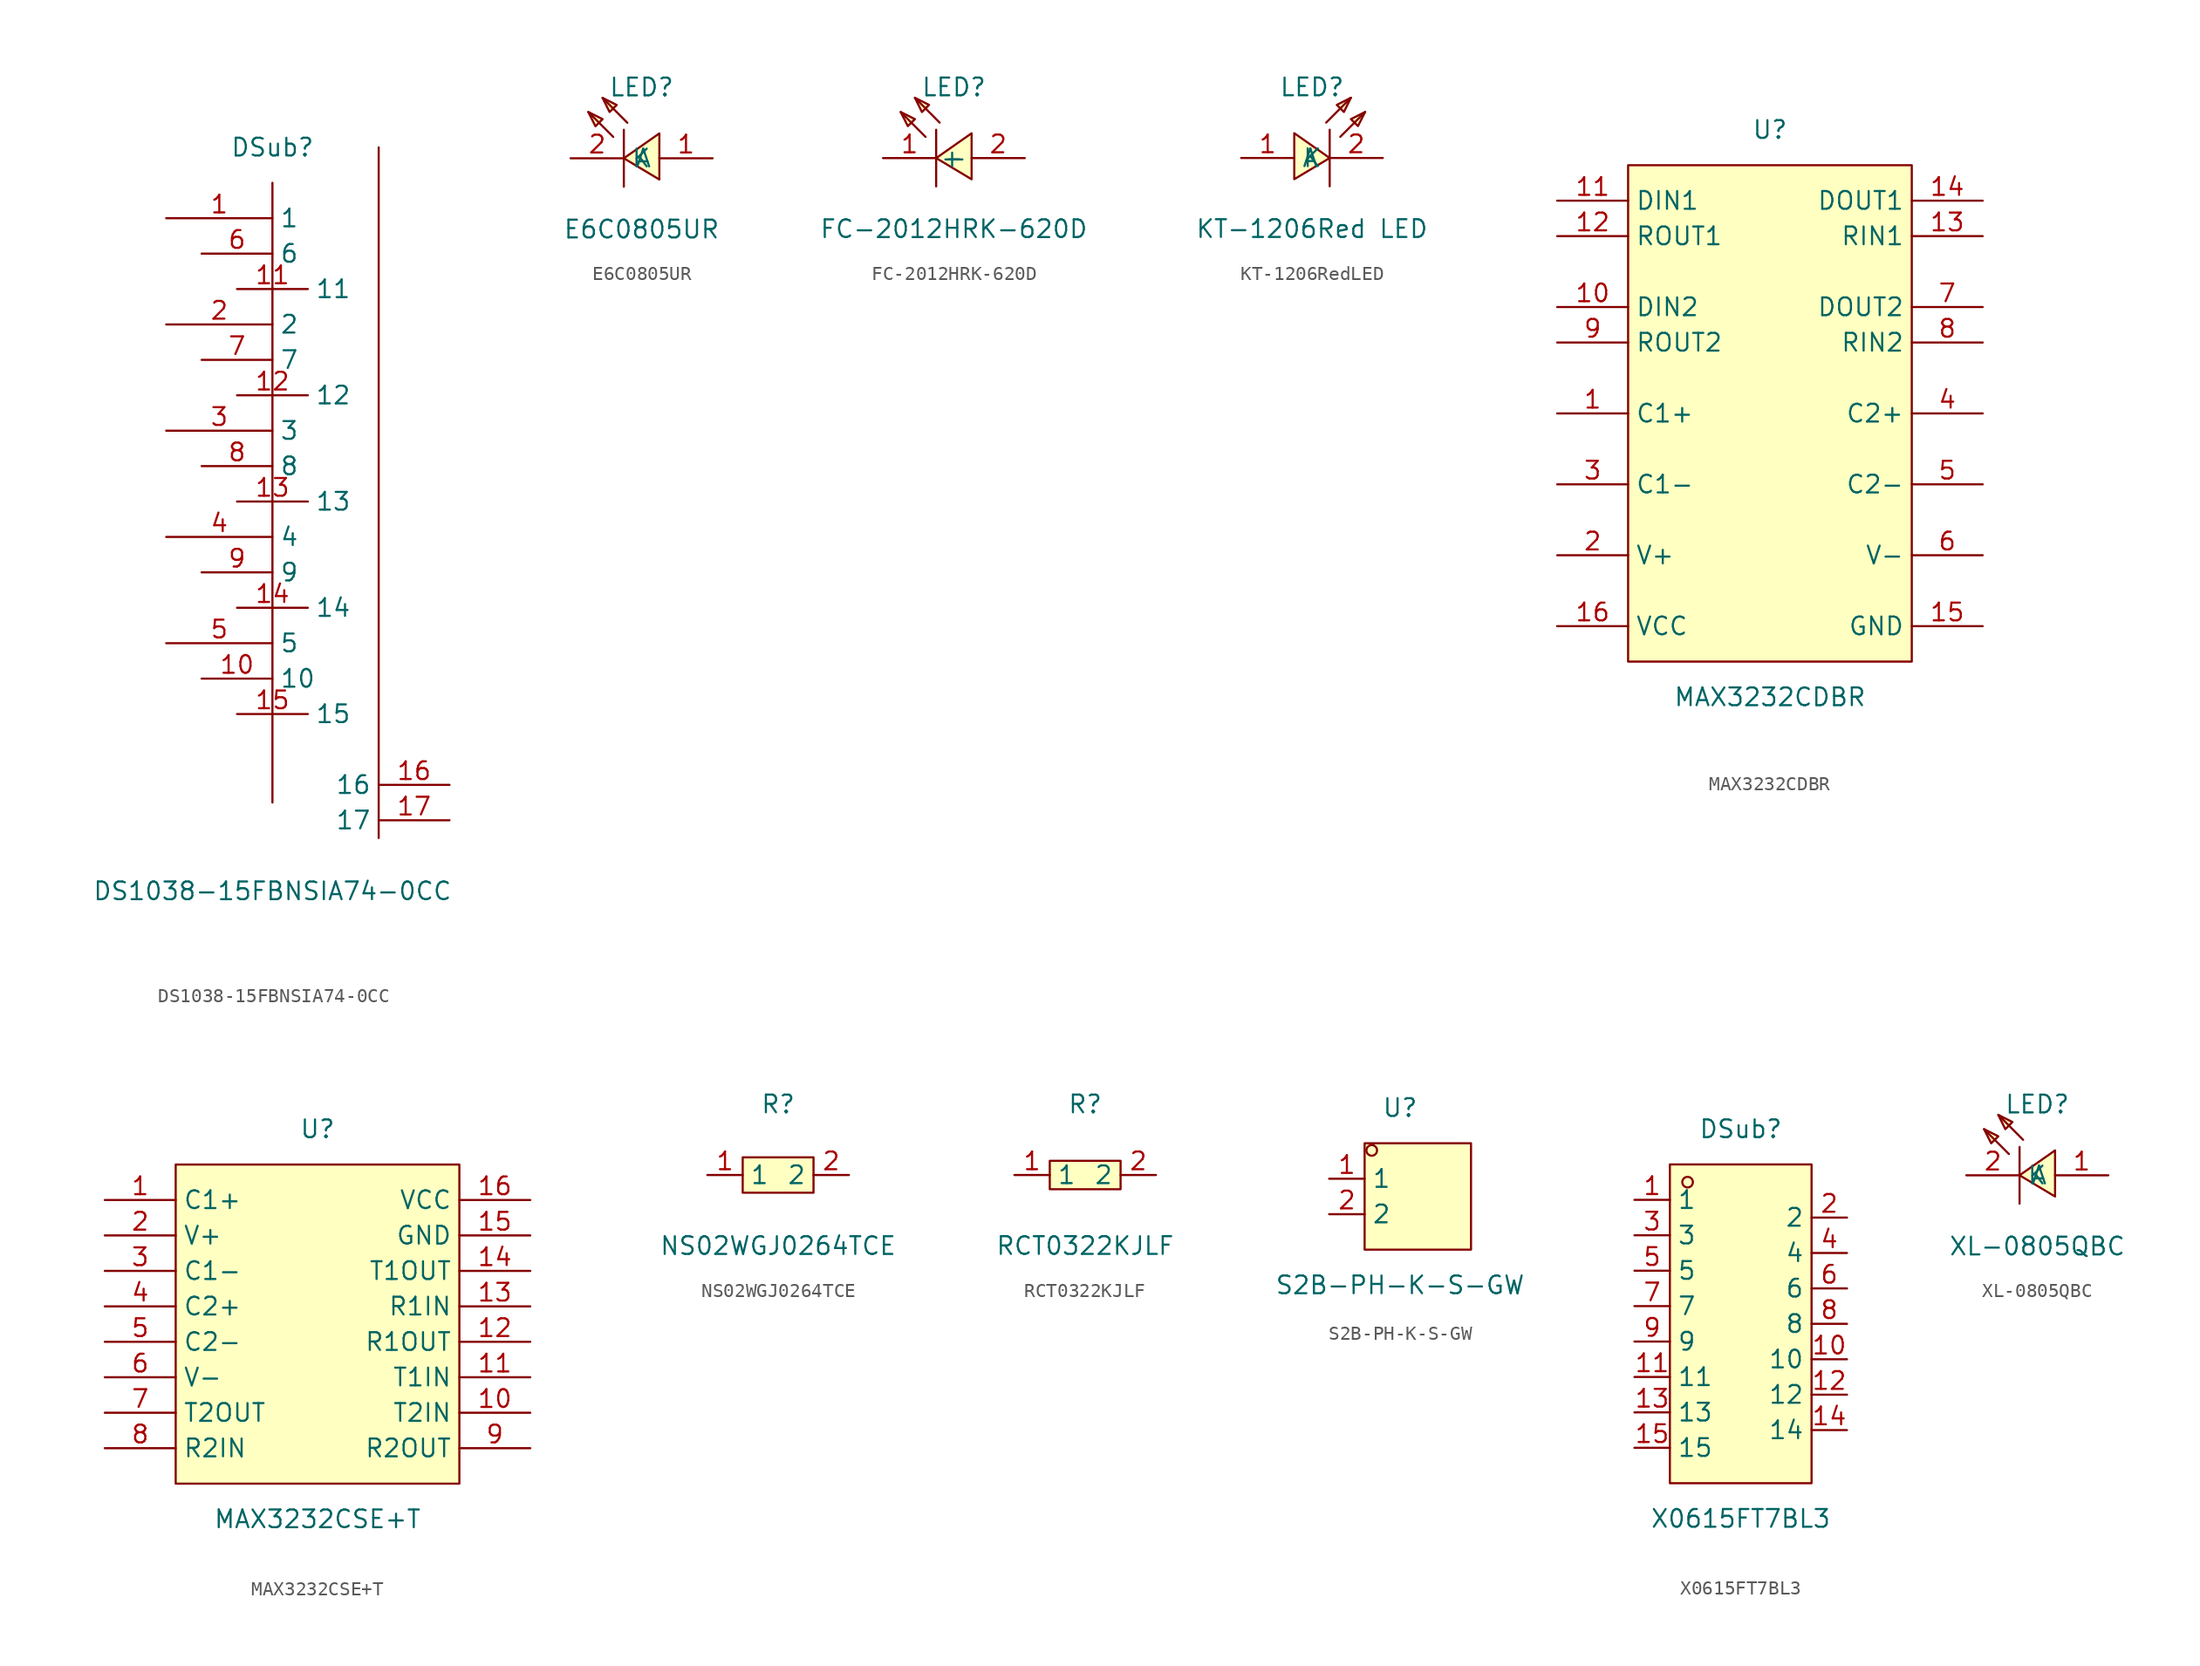
<source format=kicad_sym>
(kicad_symbol_lib
  (version 20211014)
  (generator https://github.com/uPesy/easyeda2kicad.py)
  (symbol "DS1038-15FBNSIA74-0CC"
    (property "Reference" "DSub"
      (at 0 22.86 0)
      (effects (font (size 1.27 1.27))))
    (property "Value" "DS1038-15FBNSIA74-0CC"
      (at 0 -30.48 0)
      (effects (font (size 1.27 1.27))))
    (symbol "DS1038-15FBNSIA74-0CC_0_1"
      (polyline (pts (xy 0.00 20.32)) (stroke (width 0) (type default) (color 0 0 0 0)) (fill (type background)))
      (polyline (pts (xy 0.00 -24.13)) (stroke (width 0) (type default) (color 0 0 0 0)) (fill (type background)))
      (polyline (pts (xy 0.00 20.32) (xy 0.00 -24.13)) (stroke (width 0) (type default) (color 0 0 0 0)) (fill (type none)))
      (polyline (pts (xy 7.62 22.86) (xy 7.62 -26.67)) (stroke (width 0) (type default) (color 0 0 0 0)) (fill (type none)))
      (pin unspecified line (at -7.62 17.78 0) (length 7.62) (name "1" (effects (font (size 1.27 1.27)))) (number "1" (effects (font (size 1.27 1.27)))))
      (pin unspecified line (at -7.62 10.16 0) (length 7.62) (name "2" (effects (font (size 1.27 1.27)))) (number "2" (effects (font (size 1.27 1.27)))))
      (pin unspecified line (at -7.62 2.54 0) (length 7.62) (name "3" (effects (font (size 1.27 1.27)))) (number "3" (effects (font (size 1.27 1.27)))))
      (pin unspecified line (at -7.62 -5.08 0) (length 7.62) (name "4" (effects (font (size 1.27 1.27)))) (number "4" (effects (font (size 1.27 1.27)))))
      (pin unspecified line (at -7.62 -12.70 0) (length 7.62) (name "5" (effects (font (size 1.27 1.27)))) (number "5" (effects (font (size 1.27 1.27)))))
      (pin unspecified line (at -5.08 15.24 0) (length 5.08) (name "6" (effects (font (size 1.27 1.27)))) (number "6" (effects (font (size 1.27 1.27)))))
      (pin unspecified line (at -5.08 7.62 0) (length 5.08) (name "7" (effects (font (size 1.27 1.27)))) (number "7" (effects (font (size 1.27 1.27)))))
      (pin unspecified line (at -5.08 -0.00 0) (length 5.08) (name "8" (effects (font (size 1.27 1.27)))) (number "8" (effects (font (size 1.27 1.27)))))
      (pin unspecified line (at -5.08 -7.62 0) (length 5.08) (name "9" (effects (font (size 1.27 1.27)))) (number "9" (effects (font (size 1.27 1.27)))))
      (pin unspecified line (at -5.08 -15.24 0) (length 5.08) (name "10" (effects (font (size 1.27 1.27)))) (number "10" (effects (font (size 1.27 1.27)))))
      (pin unspecified line (at -2.54 12.70 0) (length 5.08) (name "11" (effects (font (size 1.27 1.27)))) (number "11" (effects (font (size 1.27 1.27)))))
      (pin unspecified line (at -2.54 5.08 0) (length 5.08) (name "12" (effects (font (size 1.27 1.27)))) (number "12" (effects (font (size 1.27 1.27)))))
      (pin unspecified line (at -2.54 -2.54 0) (length 5.08) (name "13" (effects (font (size 1.27 1.27)))) (number "13" (effects (font (size 1.27 1.27)))))
      (pin unspecified line (at -2.54 -10.16 0) (length 5.08) (name "14" (effects (font (size 1.27 1.27)))) (number "14" (effects (font (size 1.27 1.27)))))
      (pin unspecified line (at -2.54 -17.78 0) (length 5.08) (name "15" (effects (font (size 1.27 1.27)))) (number "15" (effects (font (size 1.27 1.27)))))
      (pin unspecified line (at 12.70 -25.40 180) (length 5.08) (name "17" (effects (font (size 1.27 1.27)))) (number "17" (effects (font (size 1.27 1.27)))))
      (pin unspecified line (at 12.70 -22.86 180) (length 5.08) (name "16" (effects (font (size 1.27 1.27)))) (number "16" (effects (font (size 1.27 1.27)))))))
  (symbol "E6C0805UR"
    (property "Reference" "LED"
      (at 0 1.52 0)
      (effects (font (size 1.27 1.27))))
    (property "Value" "E6C0805UR"
      (at 0 -8.64 0)
      (effects (font (size 1.27 1.27))))
    (symbol "E6C0805UR_0_1"
      (polyline (pts (xy -3.81 -0.25) (xy -2.79 -0.76) (xy -3.30 -1.27) (xy -3.81 -0.25)) (stroke (width 0) (type default) (color 0 0 0 0)) (fill (type background)))
      (polyline (pts (xy -2.79 0.76) (xy -1.78 0.25) (xy -2.29 -0.25) (xy -2.79 0.76)) (stroke (width 0) (type default) (color 0 0 0 0)) (fill (type background)))
      (polyline (pts (xy 1.27 -5.08) (xy -1.27 -3.56) (xy 1.27 -1.78) (xy 1.27 -5.08)) (stroke (width 0) (type default) (color 0 0 0 0)) (fill (type background)))
      (polyline (pts (xy -2.03 -2.03) (xy -3.81 -0.25)) (stroke (width 0) (type default) (color 0 0 0 0)) (fill (type none)))
      (polyline (pts (xy -1.02 -1.02) (xy -2.79 0.76)) (stroke (width 0) (type default) (color 0 0 0 0)) (fill (type none)))
      (polyline (pts (xy -1.27 -1.52) (xy -1.27 -5.59)) (stroke (width 0) (type default) (color 0 0 0 0)) (fill (type none)))
      (pin unspecified line (at -5.08 -3.56 0) (length 3.81) (name "K" (effects (font (size 1.27 1.27)))) (number "2" (effects (font (size 1.27 1.27)))))
      (pin unspecified line (at 5.08 -3.56 180) (length 3.81) (name "A" (effects (font (size 1.27 1.27)))) (number "1" (effects (font (size 1.27 1.27)))))))
  (symbol "FC-2012HRK-620D"
    (property "Reference" "LED"
      (at 0 5.08 0)
      (effects (font (size 1.27 1.27))))
    (property "Value" "FC-2012HRK-620D"
      (at 0 -5.08 0)
      (effects (font (size 1.27 1.27))))
    (symbol "FC-2012HRK-620D_0_1"
      (polyline (pts (xy -3.81 3.30) (xy -2.79 2.79) (xy -3.30 2.29) (xy -3.81 3.30)) (stroke (width 0) (type default) (color 0 0 0 0)) (fill (type background)))
      (polyline (pts (xy -2.79 4.32) (xy -1.78 3.81) (xy -2.29 3.30) (xy -2.79 4.32)) (stroke (width 0) (type default) (color 0 0 0 0)) (fill (type background)))
      (polyline (pts (xy 1.27 -1.52) (xy -1.27 -0.00) (xy 1.27 1.78) (xy 1.27 -1.52)) (stroke (width 0) (type default) (color 0 0 0 0)) (fill (type background)))
      (polyline (pts (xy -2.03 1.52) (xy -3.81 3.30)) (stroke (width 0) (type default) (color 0 0 0 0)) (fill (type none)))
      (polyline (pts (xy -1.02 2.54) (xy -2.79 4.32)) (stroke (width 0) (type default) (color 0 0 0 0)) (fill (type none)))
      (polyline (pts (xy -1.27 2.03) (xy -1.27 -2.03)) (stroke (width 0) (type default) (color 0 0 0 0)) (fill (type none)))
      (pin unspecified line (at 5.08 -0.00 180) (length 3.81) (name "+" (effects (font (size 1.27 1.27)))) (number "2" (effects (font (size 1.27 1.27)))))
      (pin unspecified line (at -5.08 -0.00 0) (length 3.81) (name "-" (effects (font (size 1.27 1.27)))) (number "1" (effects (font (size 1.27 1.27)))))))
  (symbol "KT-1206RedLED"
    (property "Reference" "LED"
      (at 0 3.81 0)
      (effects (font (size 1.27 1.27))))
    (property "Value" "KT-1206Red LED"
      (at 0 -6.35 0)
      (effects (font (size 1.27 1.27))))
    (symbol "KT-1206RedLED_0_1"
      (polyline (pts (xy 3.81 2.03) (xy 2.79 1.52) (xy 3.30 1.02) (xy 3.81 2.03)) (stroke (width 0) (type default) (color 0 0 0 0)) (fill (type background)))
      (polyline (pts (xy 2.79 3.05) (xy 1.78 2.54) (xy 2.29 2.03) (xy 2.79 3.05)) (stroke (width 0) (type default) (color 0 0 0 0)) (fill (type background)))
      (polyline (pts (xy -1.27 -2.79) (xy 1.27 -1.27) (xy -1.27 0.51) (xy -1.27 -2.79)) (stroke (width 0) (type default) (color 0 0 0 0)) (fill (type background)))
      (polyline (pts (xy 2.03 0.25) (xy 3.81 2.03)) (stroke (width 0) (type default) (color 0 0 0 0)) (fill (type none)))
      (polyline (pts (xy 1.02 1.27) (xy 2.79 3.05)) (stroke (width 0) (type default) (color 0 0 0 0)) (fill (type none)))
      (polyline (pts (xy 1.27 0.76) (xy 1.27 -3.30)) (stroke (width 0) (type default) (color 0 0 0 0)) (fill (type none)))
      (pin unspecified line (at 5.08 -1.27 180) (length 3.81) (name "K" (effects (font (size 1.27 1.27)))) (number "2" (effects (font (size 1.27 1.27)))))
      (pin unspecified line (at -5.08 -1.27 0) (length 3.81) (name "A" (effects (font (size 1.27 1.27)))) (number "1" (effects (font (size 1.27 1.27)))))))
  (symbol "MAX3232CDBR"
    (property "Reference" "U"
      (at 0 20.32 0)
      (effects (font (size 1.27 1.27))))
    (property "Value" "MAX3232CDBR"
      (at 0 -20.32 0)
      (effects (font (size 1.27 1.27))))
    (symbol "MAX3232CDBR_0_1"
      (rectangle (start -10.16 17.78) (end 10.16 -17.78) (stroke (width 0) (type default) (color 0 0 0 0)) (fill (type background)))
      (pin unspecified line (at -15.24 -0.00 0) (length 5.08) (name "C1+" (effects (font (size 1.27 1.27)))) (number "1" (effects (font (size 1.27 1.27)))))
      (pin power_in line (at -15.24 -10.16 0) (length 5.08) (name "V+" (effects (font (size 1.27 1.27)))) (number "2" (effects (font (size 1.27 1.27)))))
      (pin unspecified line (at -15.24 -5.08 0) (length 5.08) (name "C1-" (effects (font (size 1.27 1.27)))) (number "3" (effects (font (size 1.27 1.27)))))
      (pin unspecified line (at 15.24 -0.00 180) (length 5.08) (name "C2+" (effects (font (size 1.27 1.27)))) (number "4" (effects (font (size 1.27 1.27)))))
      (pin unspecified line (at 15.24 -5.08 180) (length 5.08) (name "C2-" (effects (font (size 1.27 1.27)))) (number "5" (effects (font (size 1.27 1.27)))))
      (pin power_in line (at 15.24 -10.16 180) (length 5.08) (name "V-" (effects (font (size 1.27 1.27)))) (number "6" (effects (font (size 1.27 1.27)))))
      (pin output line (at 15.24 7.62 180) (length 5.08) (name "DOUT2" (effects (font (size 1.27 1.27)))) (number "7" (effects (font (size 1.27 1.27)))))
      (pin unspecified line (at 15.24 5.08 180) (length 5.08) (name "RIN2" (effects (font (size 1.27 1.27)))) (number "8" (effects (font (size 1.27 1.27)))))
      (pin output line (at -15.24 5.08 0) (length 5.08) (name "ROUT2" (effects (font (size 1.27 1.27)))) (number "9" (effects (font (size 1.27 1.27)))))
      (pin unspecified line (at -15.24 7.62 0) (length 5.08) (name "DIN2" (effects (font (size 1.27 1.27)))) (number "10" (effects (font (size 1.27 1.27)))))
      (pin unspecified line (at -15.24 15.24 0) (length 5.08) (name "DIN1" (effects (font (size 1.27 1.27)))) (number "11" (effects (font (size 1.27 1.27)))))
      (pin output line (at -15.24 12.70 0) (length 5.08) (name "ROUT1" (effects (font (size 1.27 1.27)))) (number "12" (effects (font (size 1.27 1.27)))))
      (pin unspecified line (at 15.24 12.70 180) (length 5.08) (name "RIN1" (effects (font (size 1.27 1.27)))) (number "13" (effects (font (size 1.27 1.27)))))
      (pin output line (at 15.24 15.24 180) (length 5.08) (name "DOUT1" (effects (font (size 1.27 1.27)))) (number "14" (effects (font (size 1.27 1.27)))))
      (pin power_in line (at 15.24 -15.24 180) (length 5.08) (name "GND" (effects (font (size 1.27 1.27)))) (number "15" (effects (font (size 1.27 1.27)))))
      (pin power_in line (at -15.24 -15.24 0) (length 5.08) (name "VCC" (effects (font (size 1.27 1.27)))) (number "16" (effects (font (size 1.27 1.27)))))))
  (symbol "MAX3232CSE+T"
    (property "Reference" "U"
      (at 0 13.97 0)
      (effects (font (size 1.27 1.27))))
    (property "Value" "MAX3232CSE+T"
      (at 0 -13.97 0)
      (effects (font (size 1.27 1.27))))
    (symbol "MAX3232CSE+T_0_1"
      (rectangle (start -10.16 11.43) (end 10.16 -11.43) (stroke (width 0) (type default) (color 0 0 0 0)) (fill (type background)))
      (pin unspecified line (at -15.24 8.89 0) (length 5.08) (name "C1+" (effects (font (size 1.27 1.27)))) (number "1" (effects (font (size 1.27 1.27)))))
      (pin unspecified line (at -15.24 6.35 0) (length 5.08) (name "V+" (effects (font (size 1.27 1.27)))) (number "2" (effects (font (size 1.27 1.27)))))
      (pin unspecified line (at -15.24 3.81 0) (length 5.08) (name "C1-" (effects (font (size 1.27 1.27)))) (number "3" (effects (font (size 1.27 1.27)))))
      (pin unspecified line (at -15.24 1.27 0) (length 5.08) (name "C2+" (effects (font (size 1.27 1.27)))) (number "4" (effects (font (size 1.27 1.27)))))
      (pin unspecified line (at -15.24 -1.27 0) (length 5.08) (name "C2-" (effects (font (size 1.27 1.27)))) (number "5" (effects (font (size 1.27 1.27)))))
      (pin unspecified line (at -15.24 -3.81 0) (length 5.08) (name "V-" (effects (font (size 1.27 1.27)))) (number "6" (effects (font (size 1.27 1.27)))))
      (pin unspecified line (at -15.24 -6.35 0) (length 5.08) (name "T2OUT" (effects (font (size 1.27 1.27)))) (number "7" (effects (font (size 1.27 1.27)))))
      (pin unspecified line (at -15.24 -8.89 0) (length 5.08) (name "R2IN" (effects (font (size 1.27 1.27)))) (number "8" (effects (font (size 1.27 1.27)))))
      (pin unspecified line (at 15.24 -8.89 180) (length 5.08) (name "R2OUT" (effects (font (size 1.27 1.27)))) (number "9" (effects (font (size 1.27 1.27)))))
      (pin unspecified line (at 15.24 -6.35 180) (length 5.08) (name "T2IN" (effects (font (size 1.27 1.27)))) (number "10" (effects (font (size 1.27 1.27)))))
      (pin unspecified line (at 15.24 -3.81 180) (length 5.08) (name "T1IN" (effects (font (size 1.27 1.27)))) (number "11" (effects (font (size 1.27 1.27)))))
      (pin unspecified line (at 15.24 -1.27 180) (length 5.08) (name "R1OUT" (effects (font (size 1.27 1.27)))) (number "12" (effects (font (size 1.27 1.27)))))
      (pin unspecified line (at 15.24 1.27 180) (length 5.08) (name "R1IN" (effects (font (size 1.27 1.27)))) (number "13" (effects (font (size 1.27 1.27)))))
      (pin unspecified line (at 15.24 3.81 180) (length 5.08) (name "T1OUT" (effects (font (size 1.27 1.27)))) (number "14" (effects (font (size 1.27 1.27)))))
      (pin unspecified line (at 15.24 6.35 180) (length 5.08) (name "GND" (effects (font (size 1.27 1.27)))) (number "15" (effects (font (size 1.27 1.27)))))
      (pin unspecified line (at 15.24 8.89 180) (length 5.08) (name "VCC" (effects (font (size 1.27 1.27)))) (number "16" (effects (font (size 1.27 1.27)))))))
  (symbol "NS02WGJ0264TCE"
    (property "Reference" "R"
      (at 0 5.08 0)
      (effects (font (size 1.27 1.27))))
    (property "Value" "NS02WGJ0264TCE"
      (at 0 -5.08 0)
      (effects (font (size 1.27 1.27))))
    (symbol "NS02WGJ0264TCE_0_1"
      (rectangle (start -2.54 1.27) (end 2.54 -1.27) (stroke (width 0) (type default) (color 0 0 0 0)) (fill (type background)))
      (pin unspecified line (at 5.08 -0.00 180) (length 2.54) (name "2" (effects (font (size 1.27 1.27)))) (number "2" (effects (font (size 1.27 1.27)))))
      (pin unspecified line (at -5.08 -0.00 0) (length 2.54) (name "1" (effects (font (size 1.27 1.27)))) (number "1" (effects (font (size 1.27 1.27)))))))
  (symbol "RCT0322KJLF"
    (property "Reference" "R"
      (at 0 5.08 0)
      (effects (font (size 1.27 1.27))))
    (property "Value" "RCT0322KJLF"
      (at 0 -5.08 0)
      (effects (font (size 1.27 1.27))))
    (symbol "RCT0322KJLF_0_1"
      (rectangle (start -2.54 1.02) (end 2.54 -1.02) (stroke (width 0) (type default) (color 0 0 0 0)) (fill (type background)))
      (pin unspecified line (at -5.08 -0.00 0) (length 2.54) (name "1" (effects (font (size 1.27 1.27)))) (number "1" (effects (font (size 1.27 1.27)))))
      (pin unspecified line (at 5.08 -0.00 180) (length 2.54) (name "2" (effects (font (size 1.27 1.27)))) (number "2" (effects (font (size 1.27 1.27)))))))
  (symbol "S2B-PH-K-S-GW"
    (property "Reference" "U"
      (at 0 6.35 0)
      (effects (font (size 1.27 1.27))))
    (property "Value" "S2B-PH-K-S-GW"
      (at 0 -6.35 0)
      (effects (font (size 1.27 1.27))))
    (symbol "S2B-PH-K-S-GW_0_1"
      (rectangle (start -2.54 3.81) (end 5.08 -3.81) (stroke (width 0) (type default) (color 0 0 0 0)) (fill (type background)))
      (circle (center -2.03 3.30) (radius 0.38) (stroke (width 0) (type default) (color 0 0 0 0)) (fill (type none)))
      (pin unspecified line (at -5.08 1.27 0) (length 2.54) (name "1" (effects (font (size 1.27 1.27)))) (number "1" (effects (font (size 1.27 1.27)))))
      (pin unspecified line (at -5.08 -1.27 0) (length 2.54) (name "2" (effects (font (size 1.27 1.27)))) (number "2" (effects (font (size 1.27 1.27)))))))
  (symbol "X0615FT7BL3"
    (property "Reference" "DSub"
      (at 0 15.24 0)
      (effects (font (size 1.27 1.27))))
    (property "Value" "X0615FT7BL3"
      (at 0 -12.70 0)
      (effects (font (size 1.27 1.27))))
    (symbol "X0615FT7BL3_0_1"
      (rectangle (start -5.08 12.70) (end 5.08 -10.16) (stroke (width 0) (type default) (color 0 0 0 0)) (fill (type background)))
      (circle (center -3.81 11.43) (radius 0.38) (stroke (width 0) (type default) (color 0 0 0 0)) (fill (type none)))
      (pin unspecified line (at -7.62 -7.62 0) (length 2.54) (name "15" (effects (font (size 1.27 1.27)))) (number "15" (effects (font (size 1.27 1.27)))))
      (pin unspecified line (at 7.62 8.89 180) (length 2.54) (name "2" (effects (font (size 1.27 1.27)))) (number "2" (effects (font (size 1.27 1.27)))))
      (pin unspecified line (at -7.62 -5.08 0) (length 2.54) (name "13" (effects (font (size 1.27 1.27)))) (number "13" (effects (font (size 1.27 1.27)))))
      (pin unspecified line (at 7.62 6.35 180) (length 2.54) (name "4" (effects (font (size 1.27 1.27)))) (number "4" (effects (font (size 1.27 1.27)))))
      (pin unspecified line (at -7.62 -2.54 0) (length 2.54) (name "11" (effects (font (size 1.27 1.27)))) (number "11" (effects (font (size 1.27 1.27)))))
      (pin unspecified line (at 7.62 3.81 180) (length 2.54) (name "6" (effects (font (size 1.27 1.27)))) (number "6" (effects (font (size 1.27 1.27)))))
      (pin unspecified line (at -7.62 -0.00 0) (length 2.54) (name "9" (effects (font (size 1.27 1.27)))) (number "9" (effects (font (size 1.27 1.27)))))
      (pin unspecified line (at 7.62 1.27 180) (length 2.54) (name "8" (effects (font (size 1.27 1.27)))) (number "8" (effects (font (size 1.27 1.27)))))
      (pin unspecified line (at -7.62 2.54 0) (length 2.54) (name "7" (effects (font (size 1.27 1.27)))) (number "7" (effects (font (size 1.27 1.27)))))
      (pin unspecified line (at 7.62 -1.27 180) (length 2.54) (name "10" (effects (font (size 1.27 1.27)))) (number "10" (effects (font (size 1.27 1.27)))))
      (pin unspecified line (at -7.62 5.08 0) (length 2.54) (name "5" (effects (font (size 1.27 1.27)))) (number "5" (effects (font (size 1.27 1.27)))))
      (pin unspecified line (at 7.62 -3.81 180) (length 2.54) (name "12" (effects (font (size 1.27 1.27)))) (number "12" (effects (font (size 1.27 1.27)))))
      (pin unspecified line (at -7.62 7.62 0) (length 2.54) (name "3" (effects (font (size 1.27 1.27)))) (number "3" (effects (font (size 1.27 1.27)))))
      (pin unspecified line (at 7.62 -6.35 180) (length 2.54) (name "14" (effects (font (size 1.27 1.27)))) (number "14" (effects (font (size 1.27 1.27)))))
      (pin unspecified line (at -7.62 10.16 0) (length 2.54) (name "1" (effects (font (size 1.27 1.27)))) (number "1" (effects (font (size 1.27 1.27)))))))
  (symbol "XL-0805QBC"
    (property "Reference" "LED"
      (at 0 5.08 0)
      (effects (font (size 1.27 1.27))))
    (property "Value" "XL-0805QBC"
      (at 0 -5.08 0)
      (effects (font (size 1.27 1.27))))
    (symbol "XL-0805QBC_0_1"
      (polyline (pts (xy -3.81 3.30) (xy -2.79 2.79) (xy -3.30 2.29) (xy -3.81 3.30)) (stroke (width 0) (type default) (color 0 0 0 0)) (fill (type background)))
      (polyline (pts (xy -2.79 4.32) (xy -1.78 3.81) (xy -2.29 3.30) (xy -2.79 4.32)) (stroke (width 0) (type default) (color 0 0 0 0)) (fill (type background)))
      (polyline (pts (xy 1.27 -1.52) (xy -1.27 -0.00) (xy 1.27 1.78) (xy 1.27 -1.52)) (stroke (width 0) (type default) (color 0 0 0 0)) (fill (type background)))
      (polyline (pts (xy -2.03 1.52) (xy -3.81 3.30)) (stroke (width 0) (type default) (color 0 0 0 0)) (fill (type none)))
      (polyline (pts (xy -1.02 2.54) (xy -2.79 4.32)) (stroke (width 0) (type default) (color 0 0 0 0)) (fill (type none)))
      (polyline (pts (xy -1.27 2.03) (xy -1.27 -2.03)) (stroke (width 0) (type default) (color 0 0 0 0)) (fill (type none)))
      (pin unspecified line (at -5.08 -0.00 0) (length 3.81) (name "K" (effects (font (size 1.27 1.27)))) (number "2" (effects (font (size 1.27 1.27)))))
      (pin unspecified line (at 5.08 -0.00 180) (length 3.81) (name "A" (effects (font (size 1.27 1.27)))) (number "1" (effects (font (size 1.27 1.27))))))))
</source>
